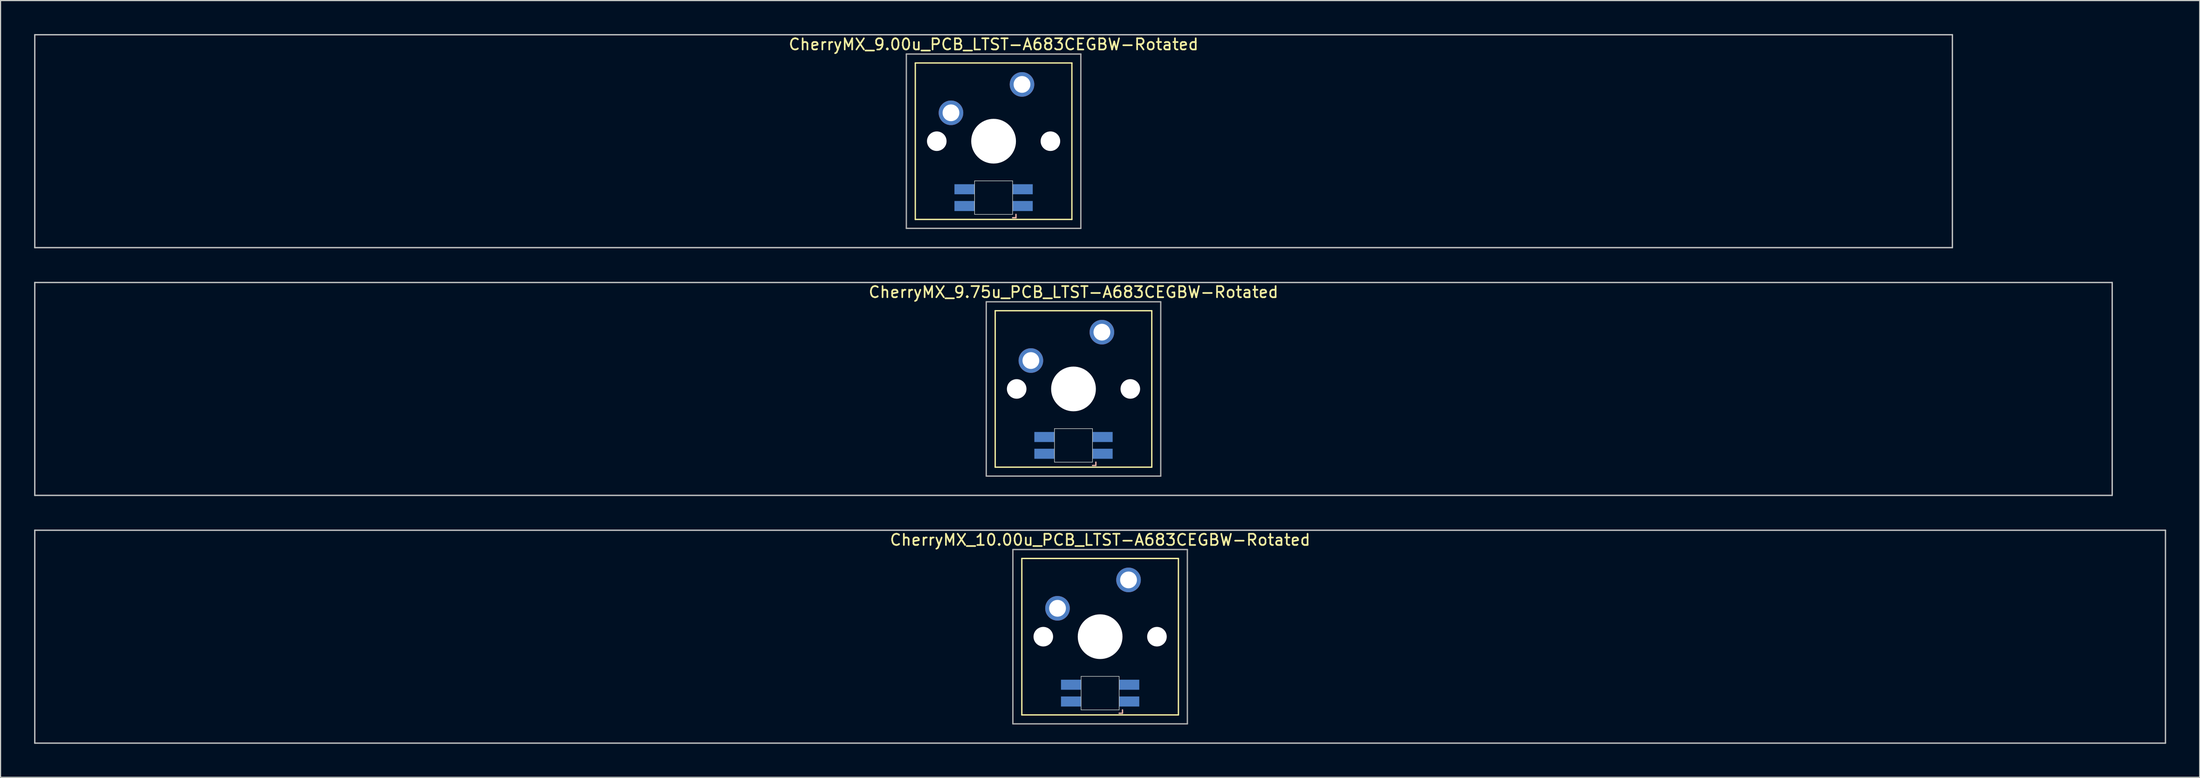
<source format=kicad_pcb>
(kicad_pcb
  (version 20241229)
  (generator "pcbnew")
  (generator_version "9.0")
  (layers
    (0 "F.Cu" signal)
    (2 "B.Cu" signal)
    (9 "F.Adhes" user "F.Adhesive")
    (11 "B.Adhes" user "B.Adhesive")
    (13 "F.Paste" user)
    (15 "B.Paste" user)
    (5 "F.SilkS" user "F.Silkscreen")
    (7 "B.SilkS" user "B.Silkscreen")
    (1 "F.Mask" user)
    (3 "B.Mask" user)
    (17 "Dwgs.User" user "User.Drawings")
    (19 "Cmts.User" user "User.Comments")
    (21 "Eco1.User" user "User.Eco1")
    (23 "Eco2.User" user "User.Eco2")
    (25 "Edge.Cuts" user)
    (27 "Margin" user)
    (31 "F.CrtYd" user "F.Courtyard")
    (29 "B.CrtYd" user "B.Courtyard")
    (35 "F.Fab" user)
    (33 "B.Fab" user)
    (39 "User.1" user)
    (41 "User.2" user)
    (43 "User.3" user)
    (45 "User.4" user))
  (footprint "CherryMX_10.00u_PCB_LTST-A683CEGBW-Rotated"
    (layer "F.Cu")
    (at 95.31 53.925)
    (property "Reference" "CherryMX_10.00u_PCB_LTST-A683CEGBW-Rotated" (at 0 -8.662 0) (layer "F.SilkS") (effects (font (size 1 1) (thickness 0.15))))
    (attr through_hole)
    (fp_line (start -7 -7) (end -7 7) (stroke (width 0.12) (type solid)) (layer "F.SilkS"))
    (fp_line (start -7 -7) (end 7 -7) (stroke (width 0.12) (type solid)) (layer "F.SilkS"))
    (fp_line (start 7 -7) (end 7 7) (stroke (width 0.12) (type solid)) (layer "F.SilkS"))
    (fp_line (start 7 7) (end -7 7) (stroke (width 0.12) (type solid)) (layer "F.SilkS"))
    (fp_line (start 1.7 6.85) (end 2 6.85) (stroke (width 0.12) (type solid)) (layer "B.SilkS"))
    (fp_line (start 2 6.85) (end 2 6.55) (stroke (width 0.12) (type solid)) (layer "B.SilkS"))
    (fp_line (start -95.25 -9.525) (end 95.25 -9.525) (stroke (width 0.12) (type solid)) (layer "Dwgs.User"))
    (fp_line (start -95.25 9.525) (end -95.25 -9.525) (stroke (width 0.12) (type solid)) (layer "Dwgs.User"))
    (fp_line (start 95.25 -9.525) (end 95.25 9.525) (stroke (width 0.12) (type solid)) (layer "Dwgs.User"))
    (fp_line (start 95.25 9.525) (end -95.25 9.525) (stroke (width 0.12) (type solid)) (layer "Dwgs.User"))
    (fp_line (start -1.7 3.55) (end 1.7 3.55) (stroke (width 0.05) (type solid)) (layer "Edge.Cuts"))
    (fp_line (start -1.7 6.55) (end -1.7 3.55) (stroke (width 0.05) (type solid)) (layer "Edge.Cuts"))
    (fp_line (start 1.7 3.55) (end 1.7 6.55) (stroke (width 0.05) (type solid)) (layer "Edge.Cuts"))
    (fp_line (start 1.7 6.55) (end -1.7 6.55) (stroke (width 0.05) (type solid)) (layer "Edge.Cuts"))
    (fp_line (start -7.8 -7.8) (end -7.8 7.8) (stroke (width 0.12) (type solid)) (layer "F.Fab"))
    (fp_line (start -7.8 -7.8) (end 7.8 -7.8) (stroke (width 0.12) (type solid)) (layer "F.Fab"))
    (fp_line (start -7.8 7.8) (end 7.8 7.8) (stroke (width 0.12) (type solid)) (layer "F.Fab"))
    (fp_line (start 7.8 -7.8) (end 7.8 7.8) (stroke (width 0.12) (type solid)) (layer "F.Fab"))
    (pad "" np_thru_hole circle (at -5.08 0) (size 1.75 1.75) (drill 1.75) (layers "*.Cu" "*.Mask"))
    (pad "" np_thru_hole circle (at 0 0) (size 4 4) (drill 4) (layers "*.Cu" "*.Mask"))
    (pad "" np_thru_hole circle (at 5.08 0) (size 1.75 1.75) (drill 1.75) (layers "*.Cu" "*.Mask"))
    (pad "1" thru_hole circle (at -3.81 -2.54) (size 2.2 2.2) (drill 1.5) (layers "*.Cu" "*.Mask"))
    (pad "2" thru_hole circle (at 2.54 -5.08) (size 2.2 2.2) (drill 1.5) (layers "*.Cu" "*.Mask"))
    (pad "3" smd rect (at 2.6 5.8) (size 1.8 0.9) (layers "B.Cu" "B.Mask" "B.Paste"))
    (pad "4" smd rect (at 2.6 4.3) (size 1.8 0.9) (layers "B.Cu" "B.Mask" "B.Paste"))
    (pad "5" smd rect (at -2.6 5.8) (size 1.8 0.9) (layers "B.Cu" "B.Mask" "B.Paste"))
    (pad "6" smd rect (at -2.6 4.3) (size 1.8 0.9) (layers "B.Cu" "B.Mask" "B.Paste")))
  (footprint "CherryMX_9.00u_PCB_LTST-A683CEGBW-Rotated"
    (layer "F.Cu")
    (at 85.785 9.585)
    (property "Reference" "CherryMX_9.00u_PCB_LTST-A683CEGBW-Rotated" (at 0 -8.662 0) (layer "F.SilkS") (effects (font (size 1 1) (thickness 0.15))))
    (attr through_hole)
    (fp_line (start -7 -7) (end -7 7) (stroke (width 0.12) (type solid)) (layer "F.SilkS"))
    (fp_line (start -7 -7) (end 7 -7) (stroke (width 0.12) (type solid)) (layer "F.SilkS"))
    (fp_line (start 7 -7) (end 7 7) (stroke (width 0.12) (type solid)) (layer "F.SilkS"))
    (fp_line (start 7 7) (end -7 7) (stroke (width 0.12) (type solid)) (layer "F.SilkS"))
    (fp_line (start 1.7 6.85) (end 2 6.85) (stroke (width 0.12) (type solid)) (layer "B.SilkS"))
    (fp_line (start 2 6.85) (end 2 6.55) (stroke (width 0.12) (type solid)) (layer "B.SilkS"))
    (fp_line (start -85.725 -9.525) (end 85.725 -9.525) (stroke (width 0.12) (type solid)) (layer "Dwgs.User"))
    (fp_line (start -85.725 9.525) (end -85.725 -9.525) (stroke (width 0.12) (type solid)) (layer "Dwgs.User"))
    (fp_line (start 85.725 -9.525) (end 85.725 9.525) (stroke (width 0.12) (type solid)) (layer "Dwgs.User"))
    (fp_line (start 85.725 9.525) (end -85.725 9.525) (stroke (width 0.12) (type solid)) (layer "Dwgs.User"))
    (fp_line (start -1.7 3.55) (end 1.7 3.55) (stroke (width 0.05) (type solid)) (layer "Edge.Cuts"))
    (fp_line (start -1.7 6.55) (end -1.7 3.55) (stroke (width 0.05) (type solid)) (layer "Edge.Cuts"))
    (fp_line (start 1.7 3.55) (end 1.7 6.55) (stroke (width 0.05) (type solid)) (layer "Edge.Cuts"))
    (fp_line (start 1.7 6.55) (end -1.7 6.55) (stroke (width 0.05) (type solid)) (layer "Edge.Cuts"))
    (fp_line (start -7.8 -7.8) (end -7.8 7.8) (stroke (width 0.12) (type solid)) (layer "F.Fab"))
    (fp_line (start -7.8 -7.8) (end 7.8 -7.8) (stroke (width 0.12) (type solid)) (layer "F.Fab"))
    (fp_line (start -7.8 7.8) (end 7.8 7.8) (stroke (width 0.12) (type solid)) (layer "F.Fab"))
    (fp_line (start 7.8 -7.8) (end 7.8 7.8) (stroke (width 0.12) (type solid)) (layer "F.Fab"))
    (pad "" np_thru_hole circle (at -5.08 0) (size 1.75 1.75) (drill 1.75) (layers "*.Cu" "*.Mask"))
    (pad "" np_thru_hole circle (at 0 0) (size 4 4) (drill 4) (layers "*.Cu" "*.Mask"))
    (pad "" np_thru_hole circle (at 5.08 0) (size 1.75 1.75) (drill 1.75) (layers "*.Cu" "*.Mask"))
    (pad "1" thru_hole circle (at -3.81 -2.54) (size 2.2 2.2) (drill 1.5) (layers "*.Cu" "*.Mask"))
    (pad "2" thru_hole circle (at 2.54 -5.08) (size 2.2 2.2) (drill 1.5) (layers "*.Cu" "*.Mask"))
    (pad "3" smd rect (at 2.6 5.8) (size 1.8 0.9) (layers "B.Cu" "B.Mask" "B.Paste"))
    (pad "4" smd rect (at 2.6 4.3) (size 1.8 0.9) (layers "B.Cu" "B.Mask" "B.Paste"))
    (pad "5" smd rect (at -2.6 5.8) (size 1.8 0.9) (layers "B.Cu" "B.Mask" "B.Paste"))
    (pad "6" smd rect (at -2.6 4.3) (size 1.8 0.9) (layers "B.Cu" "B.Mask" "B.Paste")))
  (footprint "CherryMX_9.75u_PCB_LTST-A683CEGBW-Rotated"
    (layer "F.Cu")
    (at 92.929 31.755)
    (property "Reference" "CherryMX_9.75u_PCB_LTST-A683CEGBW-Rotated" (at 0 -8.662 0) (layer "F.SilkS") (effects (font (size 1 1) (thickness 0.15))))
    (attr through_hole)
    (fp_line (start -7 -7) (end -7 7) (stroke (width 0.12) (type solid)) (layer "F.SilkS"))
    (fp_line (start -7 -7) (end 7 -7) (stroke (width 0.12) (type solid)) (layer "F.SilkS"))
    (fp_line (start 7 -7) (end 7 7) (stroke (width 0.12) (type solid)) (layer "F.SilkS"))
    (fp_line (start 7 7) (end -7 7) (stroke (width 0.12) (type solid)) (layer "F.SilkS"))
    (fp_line (start 1.7 6.85) (end 2 6.85) (stroke (width 0.12) (type solid)) (layer "B.SilkS"))
    (fp_line (start 2 6.85) (end 2 6.55) (stroke (width 0.12) (type solid)) (layer "B.SilkS"))
    (fp_line (start -92.869 -9.525) (end 92.869 -9.525) (stroke (width 0.12) (type solid)) (layer "Dwgs.User"))
    (fp_line (start -92.869 9.525) (end -92.869 -9.525) (stroke (width 0.12) (type solid)) (layer "Dwgs.User"))
    (fp_line (start 92.869 -9.525) (end 92.869 9.525) (stroke (width 0.12) (type solid)) (layer "Dwgs.User"))
    (fp_line (start 92.869 9.525) (end -92.869 9.525) (stroke (width 0.12) (type solid)) (layer "Dwgs.User"))
    (fp_line (start -1.7 3.55) (end 1.7 3.55) (stroke (width 0.05) (type solid)) (layer "Edge.Cuts"))
    (fp_line (start -1.7 6.55) (end -1.7 3.55) (stroke (width 0.05) (type solid)) (layer "Edge.Cuts"))
    (fp_line (start 1.7 3.55) (end 1.7 6.55) (stroke (width 0.05) (type solid)) (layer "Edge.Cuts"))
    (fp_line (start 1.7 6.55) (end -1.7 6.55) (stroke (width 0.05) (type solid)) (layer "Edge.Cuts"))
    (fp_line (start -7.8 -7.8) (end -7.8 7.8) (stroke (width 0.12) (type solid)) (layer "F.Fab"))
    (fp_line (start -7.8 -7.8) (end 7.8 -7.8) (stroke (width 0.12) (type solid)) (layer "F.Fab"))
    (fp_line (start -7.8 7.8) (end 7.8 7.8) (stroke (width 0.12) (type solid)) (layer "F.Fab"))
    (fp_line (start 7.8 -7.8) (end 7.8 7.8) (stroke (width 0.12) (type solid)) (layer "F.Fab"))
    (pad "" np_thru_hole circle (at -5.08 0) (size 1.75 1.75) (drill 1.75) (layers "*.Cu" "*.Mask"))
    (pad "" np_thru_hole circle (at 0 0) (size 4 4) (drill 4) (layers "*.Cu" "*.Mask"))
    (pad "" np_thru_hole circle (at 5.08 0) (size 1.75 1.75) (drill 1.75) (layers "*.Cu" "*.Mask"))
    (pad "1" thru_hole circle (at -3.81 -2.54) (size 2.2 2.2) (drill 1.5) (layers "*.Cu" "*.Mask"))
    (pad "2" thru_hole circle (at 2.54 -5.08) (size 2.2 2.2) (drill 1.5) (layers "*.Cu" "*.Mask"))
    (pad "3" smd rect (at 2.6 5.8) (size 1.8 0.9) (layers "B.Cu" "B.Mask" "B.Paste"))
    (pad "4" smd rect (at 2.6 4.3) (size 1.8 0.9) (layers "B.Cu" "B.Mask" "B.Paste"))
    (pad "5" smd rect (at -2.6 5.8) (size 1.8 0.9) (layers "B.Cu" "B.Mask" "B.Paste"))
    (pad "6" smd rect (at -2.6 4.3) (size 1.8 0.9) (layers "B.Cu" "B.Mask" "B.Paste")))
  (gr_rect
    (start -3 -3)
    (end 193.62 66.51)
    (stroke (width 0.1) (type default))
    (fill no)
    (layer "Edge.Cuts")))
</source>
